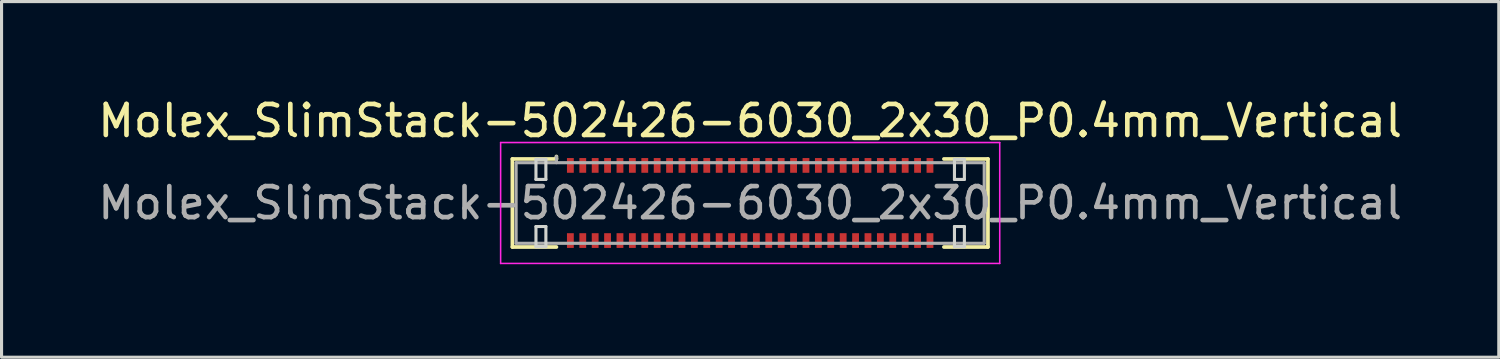
<source format=kicad_pcb>
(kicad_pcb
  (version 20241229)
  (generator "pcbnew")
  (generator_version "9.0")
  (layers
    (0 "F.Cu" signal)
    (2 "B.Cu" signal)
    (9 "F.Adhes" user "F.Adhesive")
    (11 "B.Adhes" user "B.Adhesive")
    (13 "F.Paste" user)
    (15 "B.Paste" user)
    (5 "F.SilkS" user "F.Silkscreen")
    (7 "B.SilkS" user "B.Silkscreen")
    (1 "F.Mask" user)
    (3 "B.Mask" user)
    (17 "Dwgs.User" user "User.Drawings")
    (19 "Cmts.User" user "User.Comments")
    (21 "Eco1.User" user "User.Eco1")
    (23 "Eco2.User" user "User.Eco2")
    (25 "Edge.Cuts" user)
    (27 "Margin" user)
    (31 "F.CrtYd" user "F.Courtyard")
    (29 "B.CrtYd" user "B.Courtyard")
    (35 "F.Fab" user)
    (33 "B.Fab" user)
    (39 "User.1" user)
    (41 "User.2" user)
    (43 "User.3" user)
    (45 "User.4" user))
  (footprint "Molex_SlimStack-502426-6030_2x30_P0.4mm_Vertical"
    (layer "F.Cu")
    (at 21.149 3.498)
    (property "Reference" "Molex_SlimStack-502426-6030_2x30_P0.4mm_Vertical" (at 0 -2.65 0) (layer "F.SilkS") (effects (font (size 1 1) (thickness 0.15))))
    (attr smd)
    (fp_line (start -7.67 -1.42) (end -6.25 -1.42) (stroke (width 0.12) (type solid)) (layer "F.SilkS"))
    (fp_line (start -7.67 1.42) (end -7.67 -1.42) (stroke (width 0.12) (type solid)) (layer "F.SilkS"))
    (fp_line (start -6.25 -1.42) (end -6.25 -1.5) (stroke (width 0.12) (type solid)) (layer "F.SilkS"))
    (fp_line (start -6.25 1.42) (end -7.67 1.42) (stroke (width 0.12) (type solid)) (layer "F.SilkS"))
    (fp_line (start 6.25 1.42) (end 7.67 1.42) (stroke (width 0.12) (type solid)) (layer "F.SilkS"))
    (fp_line (start 7.67 -1.42) (end 6.25 -1.42) (stroke (width 0.12) (type solid)) (layer "F.SilkS"))
    (fp_line (start 7.67 1.42) (end 7.67 -1.42) (stroke (width 0.12) (type solid)) (layer "F.SilkS"))
    (fp_line (start -6.91 -1.41) (end -6.91 -0.76) (stroke (width 0.1) (type solid)) (layer "Edge.Cuts"))
    (fp_line (start -6.91 -0.76) (end -6.59 -0.76) (stroke (width 0.1) (type solid)) (layer "Edge.Cuts"))
    (fp_line (start -6.91 0.76) (end -6.91 1.41) (stroke (width 0.1) (type solid)) (layer "Edge.Cuts"))
    (fp_line (start -6.91 1.41) (end -6.59 1.41) (stroke (width 0.1) (type solid)) (layer "Edge.Cuts"))
    (fp_line (start -6.59 -1.41) (end -6.91 -1.41) (stroke (width 0.1) (type solid)) (layer "Edge.Cuts"))
    (fp_line (start -6.59 -0.76) (end -6.59 -1.41) (stroke (width 0.1) (type solid)) (layer "Edge.Cuts"))
    (fp_line (start -6.59 0.76) (end -6.91 0.76) (stroke (width 0.1) (type solid)) (layer "Edge.Cuts"))
    (fp_line (start -6.59 1.41) (end -6.59 0.76) (stroke (width 0.1) (type solid)) (layer "Edge.Cuts"))
    (fp_line (start 6.59 -1.41) (end 6.59 -0.76) (stroke (width 0.1) (type solid)) (layer "Edge.Cuts"))
    (fp_line (start 6.59 -0.76) (end 6.91 -0.76) (stroke (width 0.1) (type solid)) (layer "Edge.Cuts"))
    (fp_line (start 6.59 0.76) (end 6.59 1.41) (stroke (width 0.1) (type solid)) (layer "Edge.Cuts"))
    (fp_line (start 6.59 1.41) (end 6.91 1.41) (stroke (width 0.1) (type solid)) (layer "Edge.Cuts"))
    (fp_line (start 6.91 -1.41) (end 6.59 -1.41) (stroke (width 0.1) (type solid)) (layer "Edge.Cuts"))
    (fp_line (start 6.91 -0.76) (end 6.91 -1.41) (stroke (width 0.1) (type solid)) (layer "Edge.Cuts"))
    (fp_line (start 6.91 0.76) (end 6.59 0.76) (stroke (width 0.1) (type solid)) (layer "Edge.Cuts"))
    (fp_line (start 6.91 1.41) (end 6.91 0.76) (stroke (width 0.1) (type solid)) (layer "Edge.Cuts"))
    (fp_line (start -8.05 -1.95) (end -8.05 1.95) (stroke (width 0.05) (type solid)) (layer "F.CrtYd"))
    (fp_line (start -8.05 1.95) (end 8.05 1.95) (stroke (width 0.05) (type solid)) (layer "F.CrtYd"))
    (fp_line (start 8.05 -1.95) (end -8.05 -1.95) (stroke (width 0.05) (type solid)) (layer "F.CrtYd"))
    (fp_line (start 8.05 1.95) (end 8.05 -1.95) (stroke (width 0.05) (type solid)) (layer "F.CrtYd"))
    (fp_line (start -7.55 -1.3) (end -7.55 1.3) (stroke (width 0.1) (type solid)) (layer "F.Fab"))
    (fp_line (start -7.55 1.3) (end 7.55 1.3) (stroke (width 0.1) (type solid)) (layer "F.Fab"))
    (fp_line (start -6.25 -1.3) (end -6.25 -1.5) (stroke (width 0.1) (type solid)) (layer "F.Fab"))
    (fp_line (start 7.55 -1.3) (end -7.55 -1.3) (stroke (width 0.1) (type solid)) (layer "F.Fab"))
    (fp_line (start 7.55 1.3) (end 7.55 -1.3) (stroke (width 0.1) (type solid)) (layer "F.Fab"))
    (fp_text user "${REFERENCE}" (at 0 0 0) (layer "F.Fab") (effects (font (size 1 1) (thickness 0.15))))
    (pad "1" smd rect (at 5.8 -1.212) (size 0.22 0.475) (layers "F.Cu" "F.Mask" "F.Paste"))
    (pad "2" smd rect (at 5.8 1.212) (size 0.22 0.475) (layers "F.Cu" "F.Mask" "F.Paste"))
    (pad "3" smd rect (at 5.4 -1.212) (size 0.22 0.475) (layers "F.Cu" "F.Mask" "F.Paste"))
    (pad "4" smd rect (at 5.4 1.212) (size 0.22 0.475) (layers "F.Cu" "F.Mask" "F.Paste"))
    (pad "5" smd rect (at 5 -1.212) (size 0.22 0.475) (layers "F.Cu" "F.Mask" "F.Paste"))
    (pad "6" smd rect (at 5 1.212) (size 0.22 0.475) (layers "F.Cu" "F.Mask" "F.Paste"))
    (pad "7" smd rect (at 4.6 -1.212) (size 0.22 0.475) (layers "F.Cu" "F.Mask" "F.Paste"))
    (pad "8" smd rect (at 4.6 1.212) (size 0.22 0.475) (layers "F.Cu" "F.Mask" "F.Paste"))
    (pad "9" smd rect (at 4.2 -1.212) (size 0.22 0.475) (layers "F.Cu" "F.Mask" "F.Paste"))
    (pad "10" smd rect (at 4.2 1.212) (size 0.22 0.475) (layers "F.Cu" "F.Mask" "F.Paste"))
    (pad "11" smd rect (at 3.8 -1.212) (size 0.22 0.475) (layers "F.Cu" "F.Mask" "F.Paste"))
    (pad "12" smd rect (at 3.8 1.212) (size 0.22 0.475) (layers "F.Cu" "F.Mask" "F.Paste"))
    (pad "13" smd rect (at 3.4 -1.212) (size 0.22 0.475) (layers "F.Cu" "F.Mask" "F.Paste"))
    (pad "14" smd rect (at 3.4 1.212) (size 0.22 0.475) (layers "F.Cu" "F.Mask" "F.Paste"))
    (pad "15" smd rect (at 3 -1.212) (size 0.22 0.475) (layers "F.Cu" "F.Mask" "F.Paste"))
    (pad "16" smd rect (at 3 1.212) (size 0.22 0.475) (layers "F.Cu" "F.Mask" "F.Paste"))
    (pad "17" smd rect (at 2.6 -1.212) (size 0.22 0.475) (layers "F.Cu" "F.Mask" "F.Paste"))
    (pad "18" smd rect (at 2.6 1.212) (size 0.22 0.475) (layers "F.Cu" "F.Mask" "F.Paste"))
    (pad "19" smd rect (at 2.2 -1.212) (size 0.22 0.475) (layers "F.Cu" "F.Mask" "F.Paste"))
    (pad "20" smd rect (at 2.2 1.212) (size 0.22 0.475) (layers "F.Cu" "F.Mask" "F.Paste"))
    (pad "21" smd rect (at 1.8 -1.212) (size 0.22 0.475) (layers "F.Cu" "F.Mask" "F.Paste"))
    (pad "22" smd rect (at 1.8 1.212) (size 0.22 0.475) (layers "F.Cu" "F.Mask" "F.Paste"))
    (pad "23" smd rect (at 1.4 -1.212) (size 0.22 0.475) (layers "F.Cu" "F.Mask" "F.Paste"))
    (pad "24" smd rect (at 1.4 1.212) (size 0.22 0.475) (layers "F.Cu" "F.Mask" "F.Paste"))
    (pad "25" smd rect (at 1 -1.212) (size 0.22 0.475) (layers "F.Cu" "F.Mask" "F.Paste"))
    (pad "26" smd rect (at 1 1.212) (size 0.22 0.475) (layers "F.Cu" "F.Mask" "F.Paste"))
    (pad "27" smd rect (at 0.6 -1.212) (size 0.22 0.475) (layers "F.Cu" "F.Mask" "F.Paste"))
    (pad "28" smd rect (at 0.6 1.212) (size 0.22 0.475) (layers "F.Cu" "F.Mask" "F.Paste"))
    (pad "29" smd rect (at 0.2 -1.212) (size 0.22 0.475) (layers "F.Cu" "F.Mask" "F.Paste"))
    (pad "30" smd rect (at 0.2 1.212) (size 0.22 0.475) (layers "F.Cu" "F.Mask" "F.Paste"))
    (pad "31" smd rect (at -0.2 -1.212) (size 0.22 0.475) (layers "F.Cu" "F.Mask" "F.Paste"))
    (pad "32" smd rect (at -0.2 1.212) (size 0.22 0.475) (layers "F.Cu" "F.Mask" "F.Paste"))
    (pad "33" smd rect (at -0.6 -1.212) (size 0.22 0.475) (layers "F.Cu" "F.Mask" "F.Paste"))
    (pad "34" smd rect (at -0.6 1.212) (size 0.22 0.475) (layers "F.Cu" "F.Mask" "F.Paste"))
    (pad "35" smd rect (at -1 -1.212) (size 0.22 0.475) (layers "F.Cu" "F.Mask" "F.Paste"))
    (pad "36" smd rect (at -1 1.212) (size 0.22 0.475) (layers "F.Cu" "F.Mask" "F.Paste"))
    (pad "37" smd rect (at -1.4 -1.212) (size 0.22 0.475) (layers "F.Cu" "F.Mask" "F.Paste"))
    (pad "38" smd rect (at -1.4 1.212) (size 0.22 0.475) (layers "F.Cu" "F.Mask" "F.Paste"))
    (pad "39" smd rect (at -1.8 -1.212) (size 0.22 0.475) (layers "F.Cu" "F.Mask" "F.Paste"))
    (pad "40" smd rect (at -1.8 1.212) (size 0.22 0.475) (layers "F.Cu" "F.Mask" "F.Paste"))
    (pad "41" smd rect (at -2.2 -1.212) (size 0.22 0.475) (layers "F.Cu" "F.Mask" "F.Paste"))
    (pad "42" smd rect (at -2.2 1.212) (size 0.22 0.475) (layers "F.Cu" "F.Mask" "F.Paste"))
    (pad "43" smd rect (at -2.6 -1.212) (size 0.22 0.475) (layers "F.Cu" "F.Mask" "F.Paste"))
    (pad "44" smd rect (at -2.6 1.212) (size 0.22 0.475) (layers "F.Cu" "F.Mask" "F.Paste"))
    (pad "45" smd rect (at -3 -1.212) (size 0.22 0.475) (layers "F.Cu" "F.Mask" "F.Paste"))
    (pad "46" smd rect (at -3 1.212) (size 0.22 0.475) (layers "F.Cu" "F.Mask" "F.Paste"))
    (pad "47" smd rect (at -3.4 -1.212) (size 0.22 0.475) (layers "F.Cu" "F.Mask" "F.Paste"))
    (pad "48" smd rect (at -3.4 1.212) (size 0.22 0.475) (layers "F.Cu" "F.Mask" "F.Paste"))
    (pad "49" smd rect (at -3.8 -1.212) (size 0.22 0.475) (layers "F.Cu" "F.Mask" "F.Paste"))
    (pad "50" smd rect (at -3.8 1.212) (size 0.22 0.475) (layers "F.Cu" "F.Mask" "F.Paste"))
    (pad "51" smd rect (at -4.2 -1.212) (size 0.22 0.475) (layers "F.Cu" "F.Mask" "F.Paste"))
    (pad "52" smd rect (at -4.2 1.212) (size 0.22 0.475) (layers "F.Cu" "F.Mask" "F.Paste"))
    (pad "53" smd rect (at -4.6 -1.212) (size 0.22 0.475) (layers "F.Cu" "F.Mask" "F.Paste"))
    (pad "54" smd rect (at -4.6 1.212) (size 0.22 0.475) (layers "F.Cu" "F.Mask" "F.Paste"))
    (pad "55" smd rect (at -5 -1.212) (size 0.22 0.475) (layers "F.Cu" "F.Mask" "F.Paste"))
    (pad "56" smd rect (at -5 1.212) (size 0.22 0.475) (layers "F.Cu" "F.Mask" "F.Paste"))
    (pad "57" smd rect (at -5.4 -1.212) (size 0.22 0.475) (layers "F.Cu" "F.Mask" "F.Paste"))
    (pad "58" smd rect (at -5.4 1.212) (size 0.22 0.475) (layers "F.Cu" "F.Mask" "F.Paste"))
    (pad "59" smd rect (at -5.8 -1.212) (size 0.22 0.475) (layers "F.Cu" "F.Mask" "F.Paste"))
    (pad "60" smd rect (at -5.8 1.212) (size 0.22 0.475) (layers "F.Cu" "F.Mask" "F.Paste")))
  (gr_rect
    (start -3 -3)
    (end 45.298 8.473)
    (stroke (width 0.1) (type default))
    (fill no)
    (layer "Edge.Cuts")))
</source>
